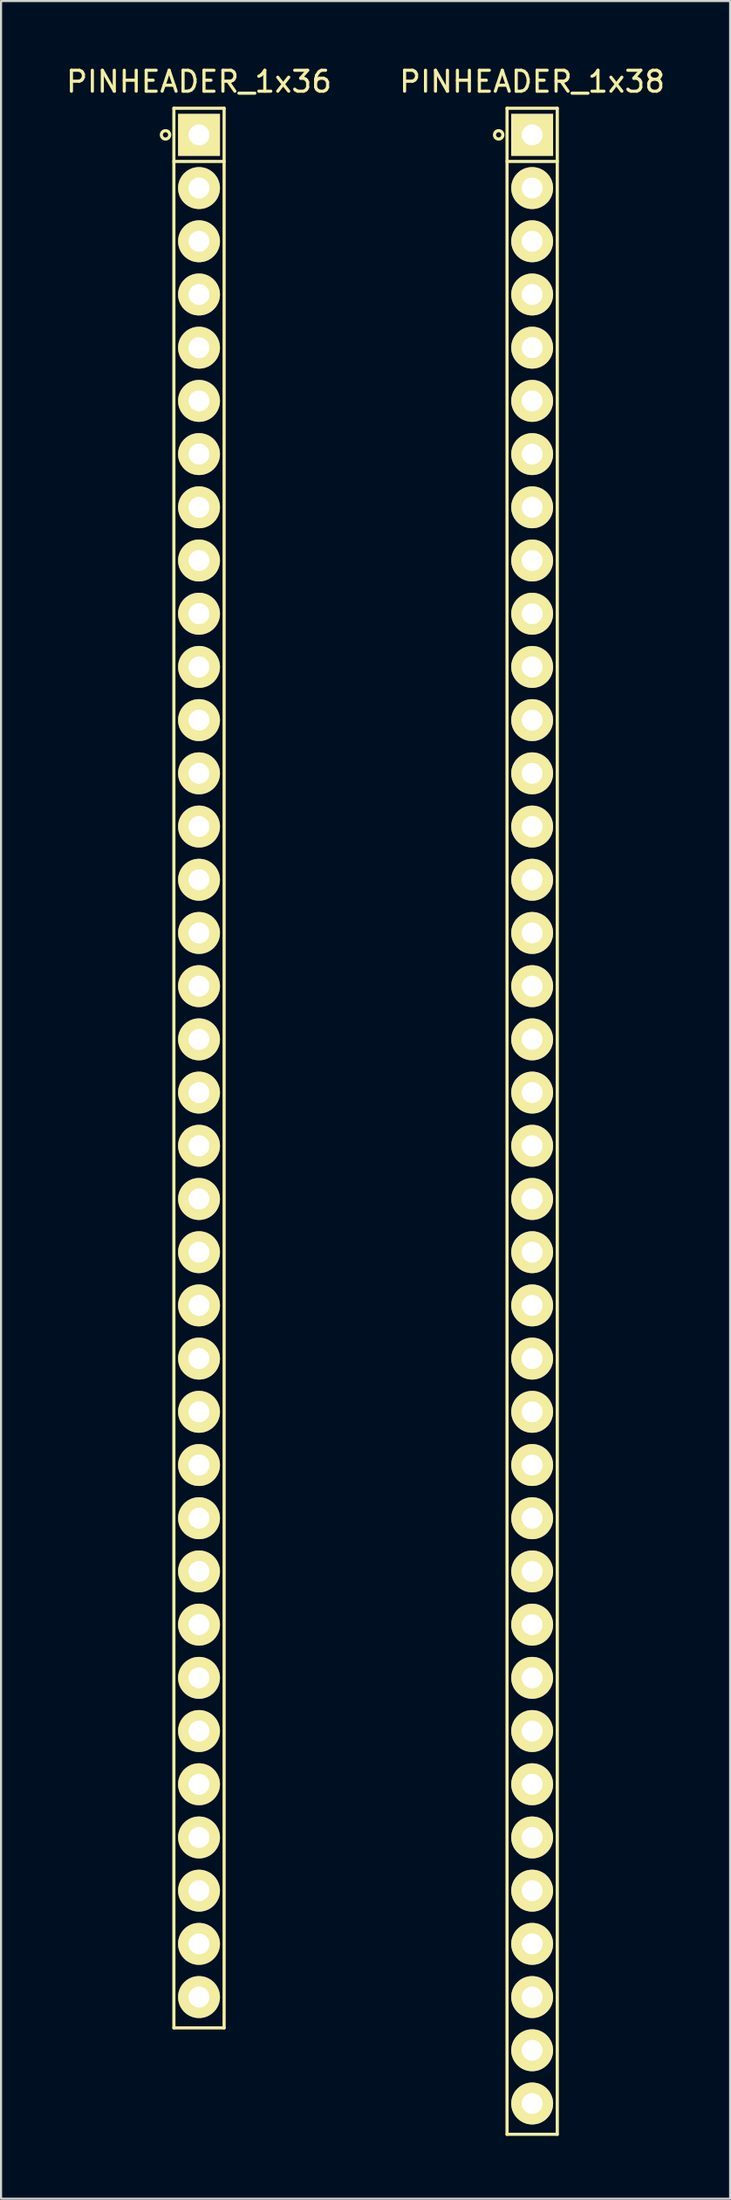
<source format=kicad_pcb>
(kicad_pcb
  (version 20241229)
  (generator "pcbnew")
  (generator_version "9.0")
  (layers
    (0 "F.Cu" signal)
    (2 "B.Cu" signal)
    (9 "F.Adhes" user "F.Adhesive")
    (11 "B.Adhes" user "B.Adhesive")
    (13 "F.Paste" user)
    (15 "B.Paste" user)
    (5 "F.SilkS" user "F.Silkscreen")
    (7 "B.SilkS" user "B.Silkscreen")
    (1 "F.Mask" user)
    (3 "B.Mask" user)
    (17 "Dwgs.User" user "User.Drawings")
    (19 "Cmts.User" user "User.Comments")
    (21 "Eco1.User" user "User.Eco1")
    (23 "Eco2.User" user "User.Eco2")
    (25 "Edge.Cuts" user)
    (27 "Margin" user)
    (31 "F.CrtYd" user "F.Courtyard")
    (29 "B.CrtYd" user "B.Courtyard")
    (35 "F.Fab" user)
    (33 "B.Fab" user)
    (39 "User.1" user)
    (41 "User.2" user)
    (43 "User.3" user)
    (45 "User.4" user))
  (footprint "PINHEADER_1x36"
    (layer "F.Cu")
    (at 6.458 3.388)
    (property "Reference" "PINHEADER_1x36" (at 0 -2.54 0) (layer "F.SilkS") (effects (font (size 1 1) (thickness 0.15))))
    (attr through_hole)
    (fp_line (start -1.2 -1.27) (end 1.2 -1.27) (stroke (width 0.15) (type solid)) (layer "F.SilkS"))
    (fp_line (start -1.2 1.27) (end 1.2 1.27) (stroke (width 0.15) (type solid)) (layer "F.SilkS"))
    (fp_line (start -1.2 90.37) (end -1.2 -1.27) (stroke (width 0.15) (type solid)) (layer "F.SilkS"))
    (fp_line (start 1.2 -1.27) (end 1.2 90.37) (stroke (width 0.15) (type solid)) (layer "F.SilkS"))
    (fp_line (start 1.2 90.37) (end -1.2 90.37) (stroke (width 0.15) (type solid)) (layer "F.SilkS"))
    (fp_circle (center -1.6 0) (end -1.6 0.2) (stroke (width 0.15) (type solid)) (fill no) (layer "F.SilkS"))
    (pad "1" thru_hole rect (at 0 0) (size 2 2) (drill 1) (layers "*.Cu" "*.Mask" "F.SilkS"))
    (pad "2" thru_hole circle (at 0 2.54) (size 2 2) (drill 1) (layers "*.Cu" "*.Mask" "F.SilkS"))
    (pad "3" thru_hole circle (at 0 5.08) (size 2 2) (drill 1) (layers "*.Cu" "*.Mask" "F.SilkS"))
    (pad "4" thru_hole circle (at 0 7.62) (size 2 2) (drill 1) (layers "*.Cu" "*.Mask" "F.SilkS"))
    (pad "5" thru_hole circle (at 0 10.16) (size 2 2) (drill 1) (layers "*.Cu" "*.Mask" "F.SilkS"))
    (pad "6" thru_hole circle (at 0 12.7) (size 2 2) (drill 1) (layers "*.Cu" "*.Mask" "F.SilkS"))
    (pad "7" thru_hole circle (at 0 15.24) (size 2 2) (drill 1) (layers "*.Cu" "*.Mask" "F.SilkS"))
    (pad "8" thru_hole circle (at 0 17.78) (size 2 2) (drill 1) (layers "*.Cu" "*.Mask" "F.SilkS"))
    (pad "9" thru_hole circle (at 0 20.32) (size 2 2) (drill 1) (layers "*.Cu" "*.Mask" "F.SilkS"))
    (pad "10" thru_hole circle (at 0 22.86) (size 2 2) (drill 1) (layers "*.Cu" "*.Mask" "F.SilkS"))
    (pad "11" thru_hole circle (at 0 25.4) (size 2 2) (drill 1) (layers "*.Cu" "*.Mask" "F.SilkS"))
    (pad "12" thru_hole circle (at 0 27.94) (size 2 2) (drill 1) (layers "*.Cu" "*.Mask" "F.SilkS"))
    (pad "13" thru_hole circle (at 0 30.48) (size 2 2) (drill 1) (layers "*.Cu" "*.Mask" "F.SilkS"))
    (pad "14" thru_hole circle (at 0 33.02) (size 2 2) (drill 1) (layers "*.Cu" "*.Mask" "F.SilkS"))
    (pad "15" thru_hole circle (at 0 35.56) (size 2 2) (drill 1) (layers "*.Cu" "*.Mask" "F.SilkS"))
    (pad "16" thru_hole circle (at 0 38.1) (size 2 2) (drill 1) (layers "*.Cu" "*.Mask" "F.SilkS"))
    (pad "17" thru_hole circle (at 0 40.64) (size 2 2) (drill 1) (layers "*.Cu" "*.Mask" "F.SilkS"))
    (pad "18" thru_hole circle (at 0 43.18) (size 2 2) (drill 1) (layers "*.Cu" "*.Mask" "F.SilkS"))
    (pad "19" thru_hole circle (at 0 45.72) (size 2 2) (drill 1) (layers "*.Cu" "*.Mask" "F.SilkS"))
    (pad "20" thru_hole circle (at 0 48.26) (size 2 2) (drill 1) (layers "*.Cu" "*.Mask" "F.SilkS"))
    (pad "21" thru_hole circle (at 0 50.8) (size 2 2) (drill 1) (layers "*.Cu" "*.Mask" "F.SilkS"))
    (pad "22" thru_hole circle (at 0 53.34) (size 2 2) (drill 1) (layers "*.Cu" "*.Mask" "F.SilkS"))
    (pad "23" thru_hole circle (at 0 55.88) (size 2 2) (drill 1) (layers "*.Cu" "*.Mask" "F.SilkS"))
    (pad "24" thru_hole circle (at 0 58.42) (size 2 2) (drill 1) (layers "*.Cu" "*.Mask" "F.SilkS"))
    (pad "25" thru_hole circle (at 0 60.96) (size 2 2) (drill 1) (layers "*.Cu" "*.Mask" "F.SilkS"))
    (pad "26" thru_hole circle (at 0 63.5) (size 2 2) (drill 1) (layers "*.Cu" "*.Mask" "F.SilkS"))
    (pad "27" thru_hole circle (at 0 66.04) (size 2 2) (drill 1) (layers "*.Cu" "*.Mask" "F.SilkS"))
    (pad "28" thru_hole circle (at 0 68.58) (size 2 2) (drill 1) (layers "*.Cu" "*.Mask" "F.SilkS"))
    (pad "29" thru_hole circle (at 0 71.12) (size 2 2) (drill 1) (layers "*.Cu" "*.Mask" "F.SilkS"))
    (pad "30" thru_hole circle (at 0 73.66) (size 2 2) (drill 1) (layers "*.Cu" "*.Mask" "F.SilkS"))
    (pad "31" thru_hole circle (at 0 76.2) (size 2 2) (drill 1) (layers "*.Cu" "*.Mask" "F.SilkS"))
    (pad "32" thru_hole circle (at 0 78.74) (size 2 2) (drill 1) (layers "*.Cu" "*.Mask" "F.SilkS"))
    (pad "33" thru_hole circle (at 0 81.28) (size 2 2) (drill 1) (layers "*.Cu" "*.Mask" "F.SilkS"))
    (pad "34" thru_hole circle (at 0 83.82) (size 2 2) (drill 1) (layers "*.Cu" "*.Mask" "F.SilkS"))
    (pad "35" thru_hole circle (at 0 86.36) (size 2 2) (drill 1) (layers "*.Cu" "*.Mask" "F.SilkS"))
    (pad "36" thru_hole circle (at 0 88.9) (size 2 2) (drill 1) (layers "*.Cu" "*.Mask" "F.SilkS")))
  (footprint "PINHEADER_1x38"
    (layer "F.Cu")
    (at 22.375 3.388)
    (property "Reference" "PINHEADER_1x38" (at 0 -2.54 0) (layer "F.SilkS") (effects (font (size 1 1) (thickness 0.15))))
    (attr through_hole)
    (fp_line (start -1.2 -1.27) (end 1.2 -1.27) (stroke (width 0.15) (type solid)) (layer "F.SilkS"))
    (fp_line (start -1.2 1.27) (end 1.2 1.27) (stroke (width 0.15) (type solid)) (layer "F.SilkS"))
    (fp_line (start -1.2 95.45) (end -1.2 -1.27) (stroke (width 0.15) (type solid)) (layer "F.SilkS"))
    (fp_line (start 1.2 -1.27) (end 1.2 95.45) (stroke (width 0.15) (type solid)) (layer "F.SilkS"))
    (fp_line (start 1.2 95.45) (end -1.2 95.45) (stroke (width 0.15) (type solid)) (layer "F.SilkS"))
    (fp_circle (center -1.6 0) (end -1.6 0.2) (stroke (width 0.15) (type solid)) (fill no) (layer "F.SilkS"))
    (pad "1" thru_hole rect (at 0 0) (size 2 2) (drill 1) (layers "*.Cu" "*.Mask" "F.SilkS"))
    (pad "2" thru_hole circle (at 0 2.54) (size 2 2) (drill 1) (layers "*.Cu" "*.Mask" "F.SilkS"))
    (pad "3" thru_hole circle (at 0 5.08) (size 2 2) (drill 1) (layers "*.Cu" "*.Mask" "F.SilkS"))
    (pad "4" thru_hole circle (at 0 7.62) (size 2 2) (drill 1) (layers "*.Cu" "*.Mask" "F.SilkS"))
    (pad "5" thru_hole circle (at 0 10.16) (size 2 2) (drill 1) (layers "*.Cu" "*.Mask" "F.SilkS"))
    (pad "6" thru_hole circle (at 0 12.7) (size 2 2) (drill 1) (layers "*.Cu" "*.Mask" "F.SilkS"))
    (pad "7" thru_hole circle (at 0 15.24) (size 2 2) (drill 1) (layers "*.Cu" "*.Mask" "F.SilkS"))
    (pad "8" thru_hole circle (at 0 17.78) (size 2 2) (drill 1) (layers "*.Cu" "*.Mask" "F.SilkS"))
    (pad "9" thru_hole circle (at 0 20.32) (size 2 2) (drill 1) (layers "*.Cu" "*.Mask" "F.SilkS"))
    (pad "10" thru_hole circle (at 0 22.86) (size 2 2) (drill 1) (layers "*.Cu" "*.Mask" "F.SilkS"))
    (pad "11" thru_hole circle (at 0 25.4) (size 2 2) (drill 1) (layers "*.Cu" "*.Mask" "F.SilkS"))
    (pad "12" thru_hole circle (at 0 27.94) (size 2 2) (drill 1) (layers "*.Cu" "*.Mask" "F.SilkS"))
    (pad "13" thru_hole circle (at 0 30.48) (size 2 2) (drill 1) (layers "*.Cu" "*.Mask" "F.SilkS"))
    (pad "14" thru_hole circle (at 0 33.02) (size 2 2) (drill 1) (layers "*.Cu" "*.Mask" "F.SilkS"))
    (pad "15" thru_hole circle (at 0 35.56) (size 2 2) (drill 1) (layers "*.Cu" "*.Mask" "F.SilkS"))
    (pad "16" thru_hole circle (at 0 38.1) (size 2 2) (drill 1) (layers "*.Cu" "*.Mask" "F.SilkS"))
    (pad "17" thru_hole circle (at 0 40.64) (size 2 2) (drill 1) (layers "*.Cu" "*.Mask" "F.SilkS"))
    (pad "18" thru_hole circle (at 0 43.18) (size 2 2) (drill 1) (layers "*.Cu" "*.Mask" "F.SilkS"))
    (pad "19" thru_hole circle (at 0 45.72) (size 2 2) (drill 1) (layers "*.Cu" "*.Mask" "F.SilkS"))
    (pad "20" thru_hole circle (at 0 48.26) (size 2 2) (drill 1) (layers "*.Cu" "*.Mask" "F.SilkS"))
    (pad "21" thru_hole circle (at 0 50.8) (size 2 2) (drill 1) (layers "*.Cu" "*.Mask" "F.SilkS"))
    (pad "22" thru_hole circle (at 0 53.34) (size 2 2) (drill 1) (layers "*.Cu" "*.Mask" "F.SilkS"))
    (pad "23" thru_hole circle (at 0 55.88) (size 2 2) (drill 1) (layers "*.Cu" "*.Mask" "F.SilkS"))
    (pad "24" thru_hole circle (at 0 58.42) (size 2 2) (drill 1) (layers "*.Cu" "*.Mask" "F.SilkS"))
    (pad "25" thru_hole circle (at 0 60.96) (size 2 2) (drill 1) (layers "*.Cu" "*.Mask" "F.SilkS"))
    (pad "26" thru_hole circle (at 0 63.5) (size 2 2) (drill 1) (layers "*.Cu" "*.Mask" "F.SilkS"))
    (pad "27" thru_hole circle (at 0 66.04) (size 2 2) (drill 1) (layers "*.Cu" "*.Mask" "F.SilkS"))
    (pad "28" thru_hole circle (at 0 68.58) (size 2 2) (drill 1) (layers "*.Cu" "*.Mask" "F.SilkS"))
    (pad "29" thru_hole circle (at 0 71.12) (size 2 2) (drill 1) (layers "*.Cu" "*.Mask" "F.SilkS"))
    (pad "30" thru_hole circle (at 0 73.66) (size 2 2) (drill 1) (layers "*.Cu" "*.Mask" "F.SilkS"))
    (pad "31" thru_hole circle (at 0 76.2) (size 2 2) (drill 1) (layers "*.Cu" "*.Mask" "F.SilkS"))
    (pad "32" thru_hole circle (at 0 78.74) (size 2 2) (drill 1) (layers "*.Cu" "*.Mask" "F.SilkS"))
    (pad "33" thru_hole circle (at 0 81.28) (size 2 2) (drill 1) (layers "*.Cu" "*.Mask" "F.SilkS"))
    (pad "34" thru_hole circle (at 0 83.82) (size 2 2) (drill 1) (layers "*.Cu" "*.Mask" "F.SilkS"))
    (pad "35" thru_hole circle (at 0 86.36) (size 2 2) (drill 1) (layers "*.Cu" "*.Mask" "F.SilkS"))
    (pad "36" thru_hole circle (at 0 88.9) (size 2 2) (drill 1) (layers "*.Cu" "*.Mask" "F.SilkS"))
    (pad "37" thru_hole circle (at 0 91.44) (size 2 2) (drill 1) (layers "*.Cu" "*.Mask" "F.SilkS"))
    (pad "38" thru_hole circle (at 0 93.98) (size 2 2) (drill 1) (layers "*.Cu" "*.Mask" "F.SilkS")))
  (gr_rect
    (start -3 -3)
    (end 31.833 101.913)
    (stroke (width 0.1) (type default))
    (fill no)
    (layer "Edge.Cuts")))
</source>
